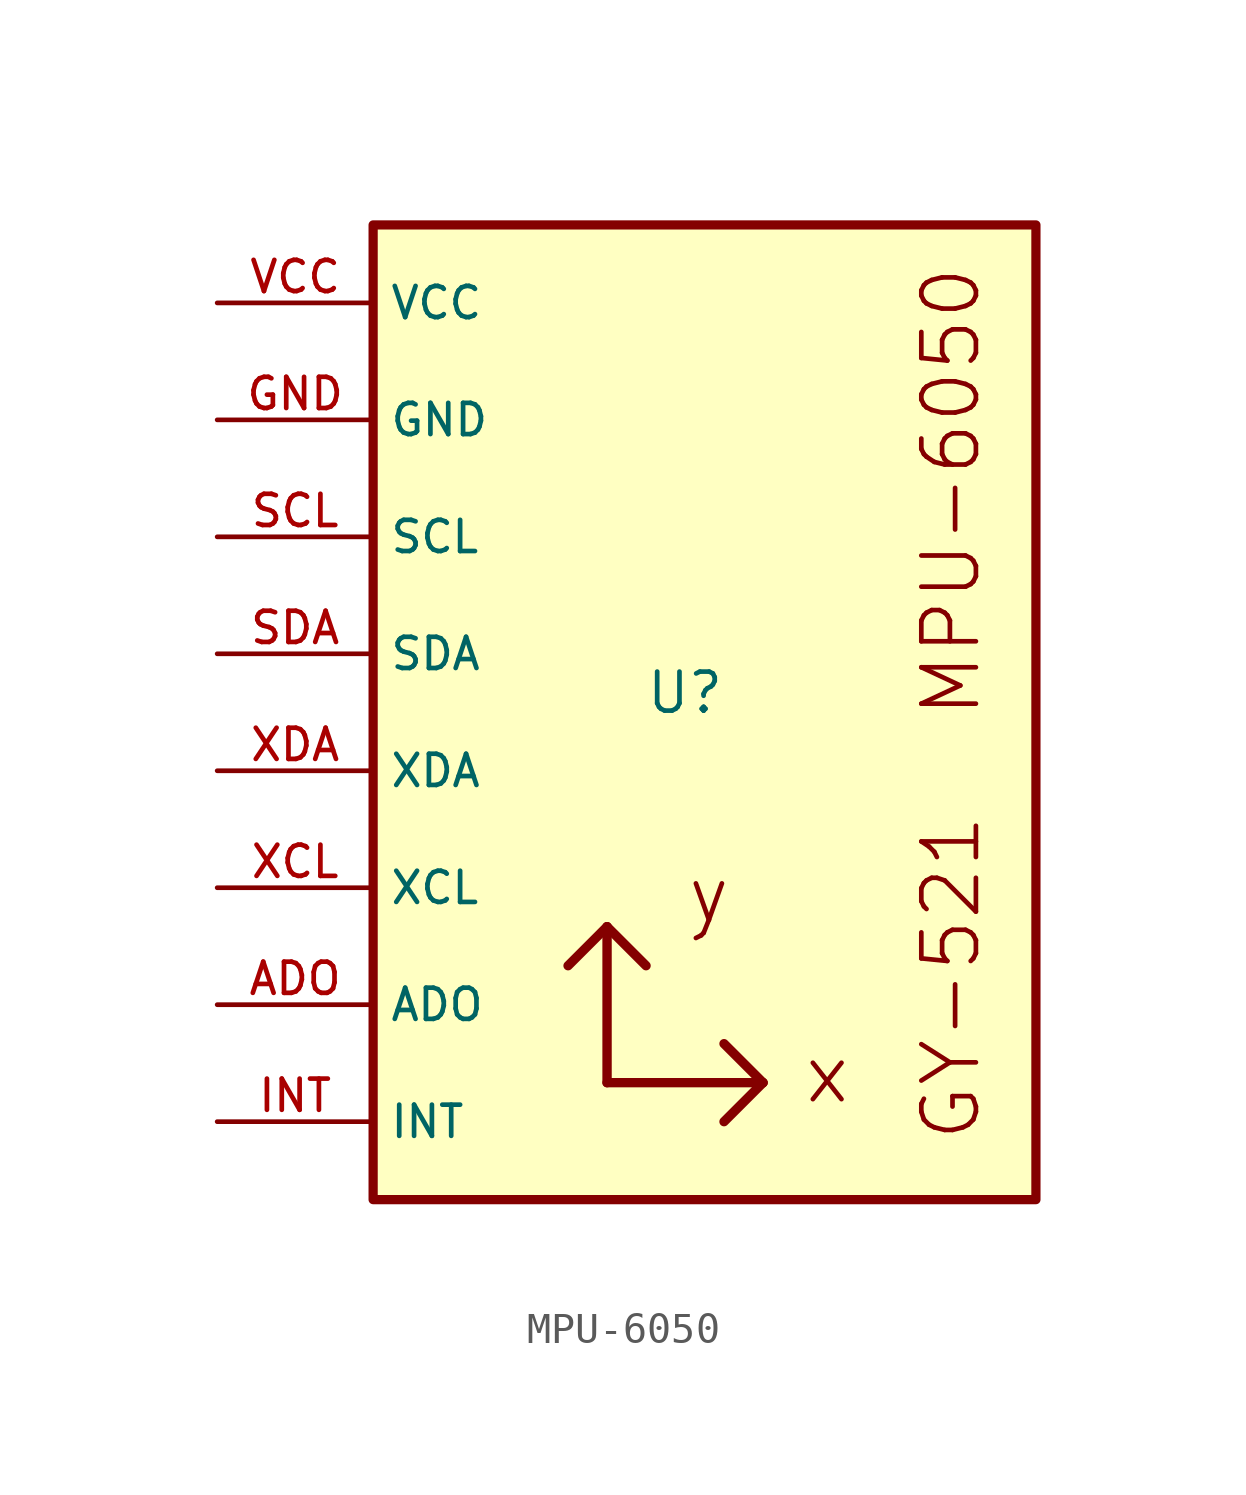
<source format=kicad_sym>
(kicad_symbol_lib
  (version 20220914)
  (generator kicad_symbol_editor)
  (symbol "MPU-6050"
    (property "Reference" "U"
      (at 0 0 0)
      (effects (font (size 1.27 1.27))))
    (property "Value" ""
      (at 0 0 0)
      (effects (font (size 1.27 1.27))))
    (symbol "MPU-6050_0_0"
      (polyline (pts (xy -2.54 -12.7) (xy -2.54 -7.62)) (stroke (width 0.305) (type default)) (fill (type none)))
      (polyline (pts (xy -2.54 -12.7) (xy 2.54 -12.7)) (stroke (width 0.305) (type default)) (fill (type none)))
      (polyline (pts (xy -2.54 -7.62) (xy -3.81 -8.89)) (stroke (width 0.305) (type default)) (fill (type none)))
      (polyline (pts (xy -2.54 -7.62) (xy -1.27 -8.89)) (stroke (width 0.305) (type default)) (fill (type none)))
      (polyline (pts (xy 2.54 -12.7) (xy 1.27 -13.97)) (stroke (width 0.305) (type default)) (fill (type none)))
      (polyline (pts (xy 2.54 -12.7) (xy 1.27 -11.43)) (stroke (width 0.305) (type default)) (fill (type none)))
      (text "x" (at 3.81 -13.462 0) (effects (font (size 1.778 1.778)) (justify left bottom)))
      (text "y" (at 0 -7.62 0) (effects (font (size 1.778 1.778)) (justify left bottom)))
      (pin bidirectional line (at -15.24 -10.16 0) (length 5.08) (name "ADO" (effects (font (size 1.016 1.016)))) (number "ADO" (effects (font (size 1.016 1.016)))))
      (pin bidirectional line (at -15.24 8.89 0) (length 5.08) (name "GND" (effects (font (size 1.016 1.016)))) (number "GND" (effects (font (size 1.016 1.016)))))
      (pin bidirectional line (at -15.24 -13.97 0) (length 5.08) (name "INT" (effects (font (size 1.016 1.016)))) (number "INT" (effects (font (size 1.016 1.016)))))
      (pin bidirectional line (at -15.24 5.08 0) (length 5.08) (name "SCL" (effects (font (size 1.016 1.016)))) (number "SCL" (effects (font (size 1.016 1.016)))))
      (pin bidirectional line (at -15.24 1.27 0) (length 5.08) (name "SDA" (effects (font (size 1.016 1.016)))) (number "SDA" (effects (font (size 1.016 1.016)))))
      (pin bidirectional line (at -15.24 12.7 0) (length 5.08) (name "VCC" (effects (font (size 1.016 1.016)))) (number "VCC" (effects (font (size 1.016 1.016)))))
      (pin bidirectional line (at -15.24 -6.35 0) (length 5.08) (name "XCL" (effects (font (size 1.016 1.016)))) (number "XCL" (effects (font (size 1.016 1.016)))))
      (pin bidirectional line (at -15.24 -2.54 0) (length 5.08) (name "XDA" (effects (font (size 1.016 1.016)))) (number "XDA" (effects (font (size 1.016 1.016))))))
    (symbol "MPU-6050_1_0"
      (rectangle (start -10.16 15.24) (end 11.43 -16.51) (stroke (width 0.3) (type default)) (fill (type background)))
      (text "GY-521	MPU-6050\n" (at 7.62 13.97 900) (effects (font (size 1.778 1.778)) (justify right top))))))
</source>
